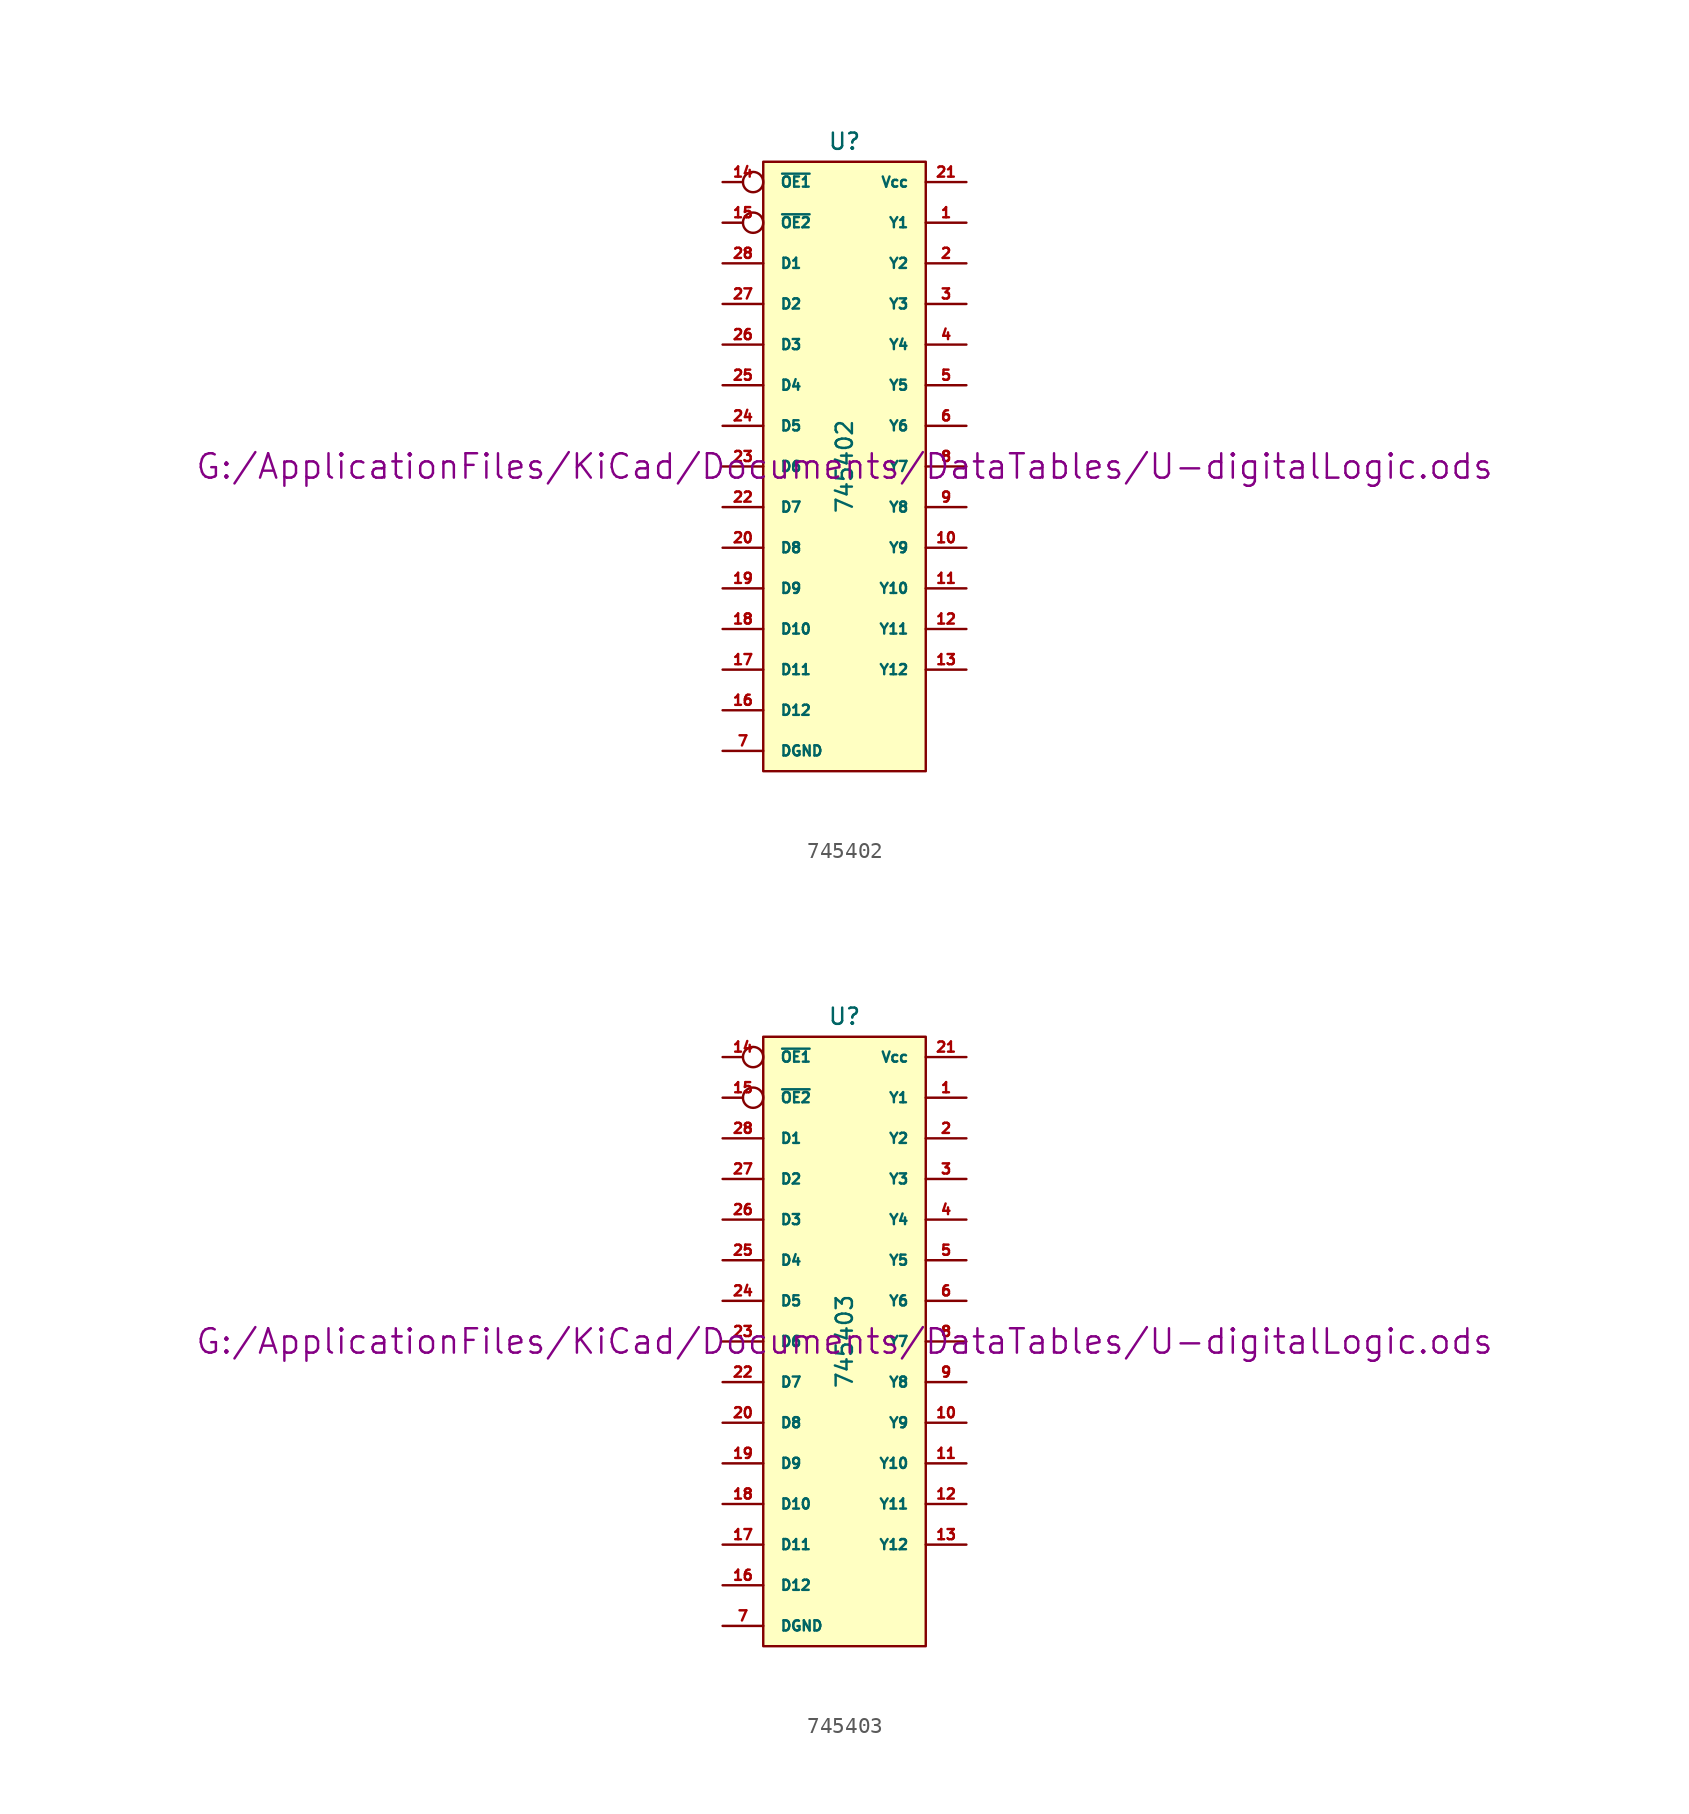
<source format=kicad_sym>
(kicad_symbol_lib
  (version 20211014)
  (generator kicad_symbol_editor)
  (symbol "745402"
    (pin_names
      (offset 1.016))
    (property "Reference" "U"
      (at 0 20.32 0)
      (effects (font (size 1.016 1.016))))
    (property "Value" "745402"
      (at 0 0 90)
      (effects (font (size 1.016 1.016))))
    (property "Footprint" ""
      (at 0 0 0)
      (effects (font (size 1.524 1.524))))
    (property "Datasheet" "G:/ApplicationFiles/KiCad/Documents/DataTables/U-digitalLogic.ods"
      (at 0 0 0)
      (effects (font (size 1.524 1.524))))
    (symbol "745402_0_1"
      (rectangle (start -5.08 19.05) (end 5.08 -19.05) (stroke (width 0) (type default) (color 0 0 0 0)) (fill (type background))))
    (symbol "745402_1_1"
      (pin tri_state line (at 7.62 15.24 180) (length 2.54) (name "Y1" (effects (font (size 0.635 0.635)))) (number "1" (effects (font (size 0.635 0.635)))))
      (pin tri_state line (at 7.62 -5.08 180) (length 2.54) (name "Y9" (effects (font (size 0.635 0.635)))) (number "10" (effects (font (size 0.635 0.635)))))
      (pin tri_state line (at 7.62 -7.62 180) (length 2.54) (name "Y10" (effects (font (size 0.635 0.635)))) (number "11" (effects (font (size 0.635 0.635)))))
      (pin tri_state line (at 7.62 -10.16 180) (length 2.54) (name "Y11" (effects (font (size 0.635 0.635)))) (number "12" (effects (font (size 0.635 0.635)))))
      (pin tri_state line (at 7.62 -12.7 180) (length 2.54) (name "Y12" (effects (font (size 0.635 0.635)))) (number "13" (effects (font (size 0.635 0.635)))))
      (pin input inverted (at -7.62 17.78 0) (length 2.54) (name "~{OE1}" (effects (font (size 0.635 0.635)))) (number "14" (effects (font (size 0.635 0.635)))))
      (pin input inverted (at -7.62 15.24 0) (length 2.54) (name "~{OE2}" (effects (font (size 0.635 0.635)))) (number "15" (effects (font (size 0.635 0.635)))))
      (pin input line (at -7.62 -15.24 0) (length 2.54) (name "D12" (effects (font (size 0.635 0.635)))) (number "16" (effects (font (size 0.635 0.635)))))
      (pin input line (at -7.62 -12.7 0) (length 2.54) (name "D11" (effects (font (size 0.635 0.635)))) (number "17" (effects (font (size 0.635 0.635)))))
      (pin input line (at -7.62 -10.16 0) (length 2.54) (name "D10" (effects (font (size 0.635 0.635)))) (number "18" (effects (font (size 0.635 0.635)))))
      (pin input line (at -7.62 -7.62 0) (length 2.54) (name "D9" (effects (font (size 0.635 0.635)))) (number "19" (effects (font (size 0.635 0.635)))))
      (pin tri_state line (at 7.62 12.7 180) (length 2.54) (name "Y2" (effects (font (size 0.635 0.635)))) (number "2" (effects (font (size 0.635 0.635)))))
      (pin input line (at -7.62 -5.08 0) (length 2.54) (name "D8" (effects (font (size 0.635 0.635)))) (number "20" (effects (font (size 0.635 0.635)))))
      (pin power_in line (at 7.62 17.78 180) (length 2.54) (name "Vcc" (effects (font (size 0.635 0.635)))) (number "21" (effects (font (size 0.635 0.635)))))
      (pin input line (at -7.62 -2.54 0) (length 2.54) (name "D7" (effects (font (size 0.635 0.635)))) (number "22" (effects (font (size 0.635 0.635)))))
      (pin input line (at -7.62 0 0) (length 2.54) (name "D6" (effects (font (size 0.635 0.635)))) (number "23" (effects (font (size 0.635 0.635)))))
      (pin input line (at -7.62 2.54 0) (length 2.54) (name "D5" (effects (font (size 0.635 0.635)))) (number "24" (effects (font (size 0.635 0.635)))))
      (pin input line (at -7.62 5.08 0) (length 2.54) (name "D4" (effects (font (size 0.635 0.635)))) (number "25" (effects (font (size 0.635 0.635)))))
      (pin input line (at -7.62 7.62 0) (length 2.54) (name "D3" (effects (font (size 0.635 0.635)))) (number "26" (effects (font (size 0.635 0.635)))))
      (pin input line (at -7.62 10.16 0) (length 2.54) (name "D2" (effects (font (size 0.635 0.635)))) (number "27" (effects (font (size 0.635 0.635)))))
      (pin input line (at -7.62 12.7 0) (length 2.54) (name "D1" (effects (font (size 0.635 0.635)))) (number "28" (effects (font (size 0.635 0.635)))))
      (pin tri_state line (at 7.62 10.16 180) (length 2.54) (name "Y3" (effects (font (size 0.635 0.635)))) (number "3" (effects (font (size 0.635 0.635)))))
      (pin tri_state line (at 7.62 7.62 180) (length 2.54) (name "Y4" (effects (font (size 0.635 0.635)))) (number "4" (effects (font (size 0.635 0.635)))))
      (pin tri_state line (at 7.62 5.08 180) (length 2.54) (name "Y5" (effects (font (size 0.635 0.635)))) (number "5" (effects (font (size 0.635 0.635)))))
      (pin tri_state line (at 7.62 2.54 180) (length 2.54) (name "Y6" (effects (font (size 0.635 0.635)))) (number "6" (effects (font (size 0.635 0.635)))))
      (pin power_in line (at -7.62 -17.78 0) (length 2.54) (name "DGND" (effects (font (size 0.635 0.635)))) (number "7" (effects (font (size 0.635 0.635)))))
      (pin tri_state line (at 7.62 0 180) (length 2.54) (name "Y7" (effects (font (size 0.635 0.635)))) (number "8" (effects (font (size 0.635 0.635)))))
      (pin tri_state line (at 7.62 -2.54 180) (length 2.54) (name "Y8" (effects (font (size 0.635 0.635)))) (number "9" (effects (font (size 0.635 0.635)))))))
  (symbol "745403"
    (pin_names
      (offset 1.016))
    (property "Reference" "U"
      (at 0 20.32 0)
      (effects (font (size 1.016 1.016))))
    (property "Value" "745403"
      (at 0 0 90)
      (effects (font (size 1.016 1.016))))
    (property "Footprint" ""
      (at 0 0 0)
      (effects (font (size 1.524 1.524))))
    (property "Datasheet" "G:/ApplicationFiles/KiCad/Documents/DataTables/U-digitalLogic.ods"
      (at 0 0 0)
      (effects (font (size 1.524 1.524))))
    (symbol "745403_0_1"
      (rectangle (start -5.08 19.05) (end 5.08 -19.05) (stroke (width 0) (type default) (color 0 0 0 0)) (fill (type background))))
    (symbol "745403_1_1"
      (pin tri_state line (at 7.62 15.24 180) (length 2.54) (name "Y1" (effects (font (size 0.635 0.635)))) (number "1" (effects (font (size 0.635 0.635)))))
      (pin tri_state line (at 7.62 -5.08 180) (length 2.54) (name "Y9" (effects (font (size 0.635 0.635)))) (number "10" (effects (font (size 0.635 0.635)))))
      (pin tri_state line (at 7.62 -7.62 180) (length 2.54) (name "Y10" (effects (font (size 0.635 0.635)))) (number "11" (effects (font (size 0.635 0.635)))))
      (pin tri_state line (at 7.62 -10.16 180) (length 2.54) (name "Y11" (effects (font (size 0.635 0.635)))) (number "12" (effects (font (size 0.635 0.635)))))
      (pin tri_state line (at 7.62 -12.7 180) (length 2.54) (name "Y12" (effects (font (size 0.635 0.635)))) (number "13" (effects (font (size 0.635 0.635)))))
      (pin input inverted (at -7.62 17.78 0) (length 2.54) (name "~{OE1}" (effects (font (size 0.635 0.635)))) (number "14" (effects (font (size 0.635 0.635)))))
      (pin input inverted (at -7.62 15.24 0) (length 2.54) (name "~{OE2}" (effects (font (size 0.635 0.635)))) (number "15" (effects (font (size 0.635 0.635)))))
      (pin input line (at -7.62 -15.24 0) (length 2.54) (name "D12" (effects (font (size 0.635 0.635)))) (number "16" (effects (font (size 0.635 0.635)))))
      (pin input line (at -7.62 -12.7 0) (length 2.54) (name "D11" (effects (font (size 0.635 0.635)))) (number "17" (effects (font (size 0.635 0.635)))))
      (pin input line (at -7.62 -10.16 0) (length 2.54) (name "D10" (effects (font (size 0.635 0.635)))) (number "18" (effects (font (size 0.635 0.635)))))
      (pin input line (at -7.62 -7.62 0) (length 2.54) (name "D9" (effects (font (size 0.635 0.635)))) (number "19" (effects (font (size 0.635 0.635)))))
      (pin tri_state line (at 7.62 12.7 180) (length 2.54) (name "Y2" (effects (font (size 0.635 0.635)))) (number "2" (effects (font (size 0.635 0.635)))))
      (pin input line (at -7.62 -5.08 0) (length 2.54) (name "D8" (effects (font (size 0.635 0.635)))) (number "20" (effects (font (size 0.635 0.635)))))
      (pin power_in line (at 7.62 17.78 180) (length 2.54) (name "Vcc" (effects (font (size 0.635 0.635)))) (number "21" (effects (font (size 0.635 0.635)))))
      (pin input line (at -7.62 -2.54 0) (length 2.54) (name "D7" (effects (font (size 0.635 0.635)))) (number "22" (effects (font (size 0.635 0.635)))))
      (pin input line (at -7.62 0 0) (length 2.54) (name "D6" (effects (font (size 0.635 0.635)))) (number "23" (effects (font (size 0.635 0.635)))))
      (pin input line (at -7.62 2.54 0) (length 2.54) (name "D5" (effects (font (size 0.635 0.635)))) (number "24" (effects (font (size 0.635 0.635)))))
      (pin input line (at -7.62 5.08 0) (length 2.54) (name "D4" (effects (font (size 0.635 0.635)))) (number "25" (effects (font (size 0.635 0.635)))))
      (pin input line (at -7.62 7.62 0) (length 2.54) (name "D3" (effects (font (size 0.635 0.635)))) (number "26" (effects (font (size 0.635 0.635)))))
      (pin input line (at -7.62 10.16 0) (length 2.54) (name "D2" (effects (font (size 0.635 0.635)))) (number "27" (effects (font (size 0.635 0.635)))))
      (pin input line (at -7.62 12.7 0) (length 2.54) (name "D1" (effects (font (size 0.635 0.635)))) (number "28" (effects (font (size 0.635 0.635)))))
      (pin tri_state line (at 7.62 10.16 180) (length 2.54) (name "Y3" (effects (font (size 0.635 0.635)))) (number "3" (effects (font (size 0.635 0.635)))))
      (pin tri_state line (at 7.62 7.62 180) (length 2.54) (name "Y4" (effects (font (size 0.635 0.635)))) (number "4" (effects (font (size 0.635 0.635)))))
      (pin tri_state line (at 7.62 5.08 180) (length 2.54) (name "Y5" (effects (font (size 0.635 0.635)))) (number "5" (effects (font (size 0.635 0.635)))))
      (pin tri_state line (at 7.62 2.54 180) (length 2.54) (name "Y6" (effects (font (size 0.635 0.635)))) (number "6" (effects (font (size 0.635 0.635)))))
      (pin power_in line (at -7.62 -17.78 0) (length 2.54) (name "DGND" (effects (font (size 0.635 0.635)))) (number "7" (effects (font (size 0.635 0.635)))))
      (pin tri_state line (at 7.62 0 180) (length 2.54) (name "Y7" (effects (font (size 0.635 0.635)))) (number "8" (effects (font (size 0.635 0.635)))))
      (pin tri_state line (at 7.62 -2.54 180) (length 2.54) (name "Y8" (effects (font (size 0.635 0.635)))) (number "9" (effects (font (size 0.635 0.635))))))))
</source>
